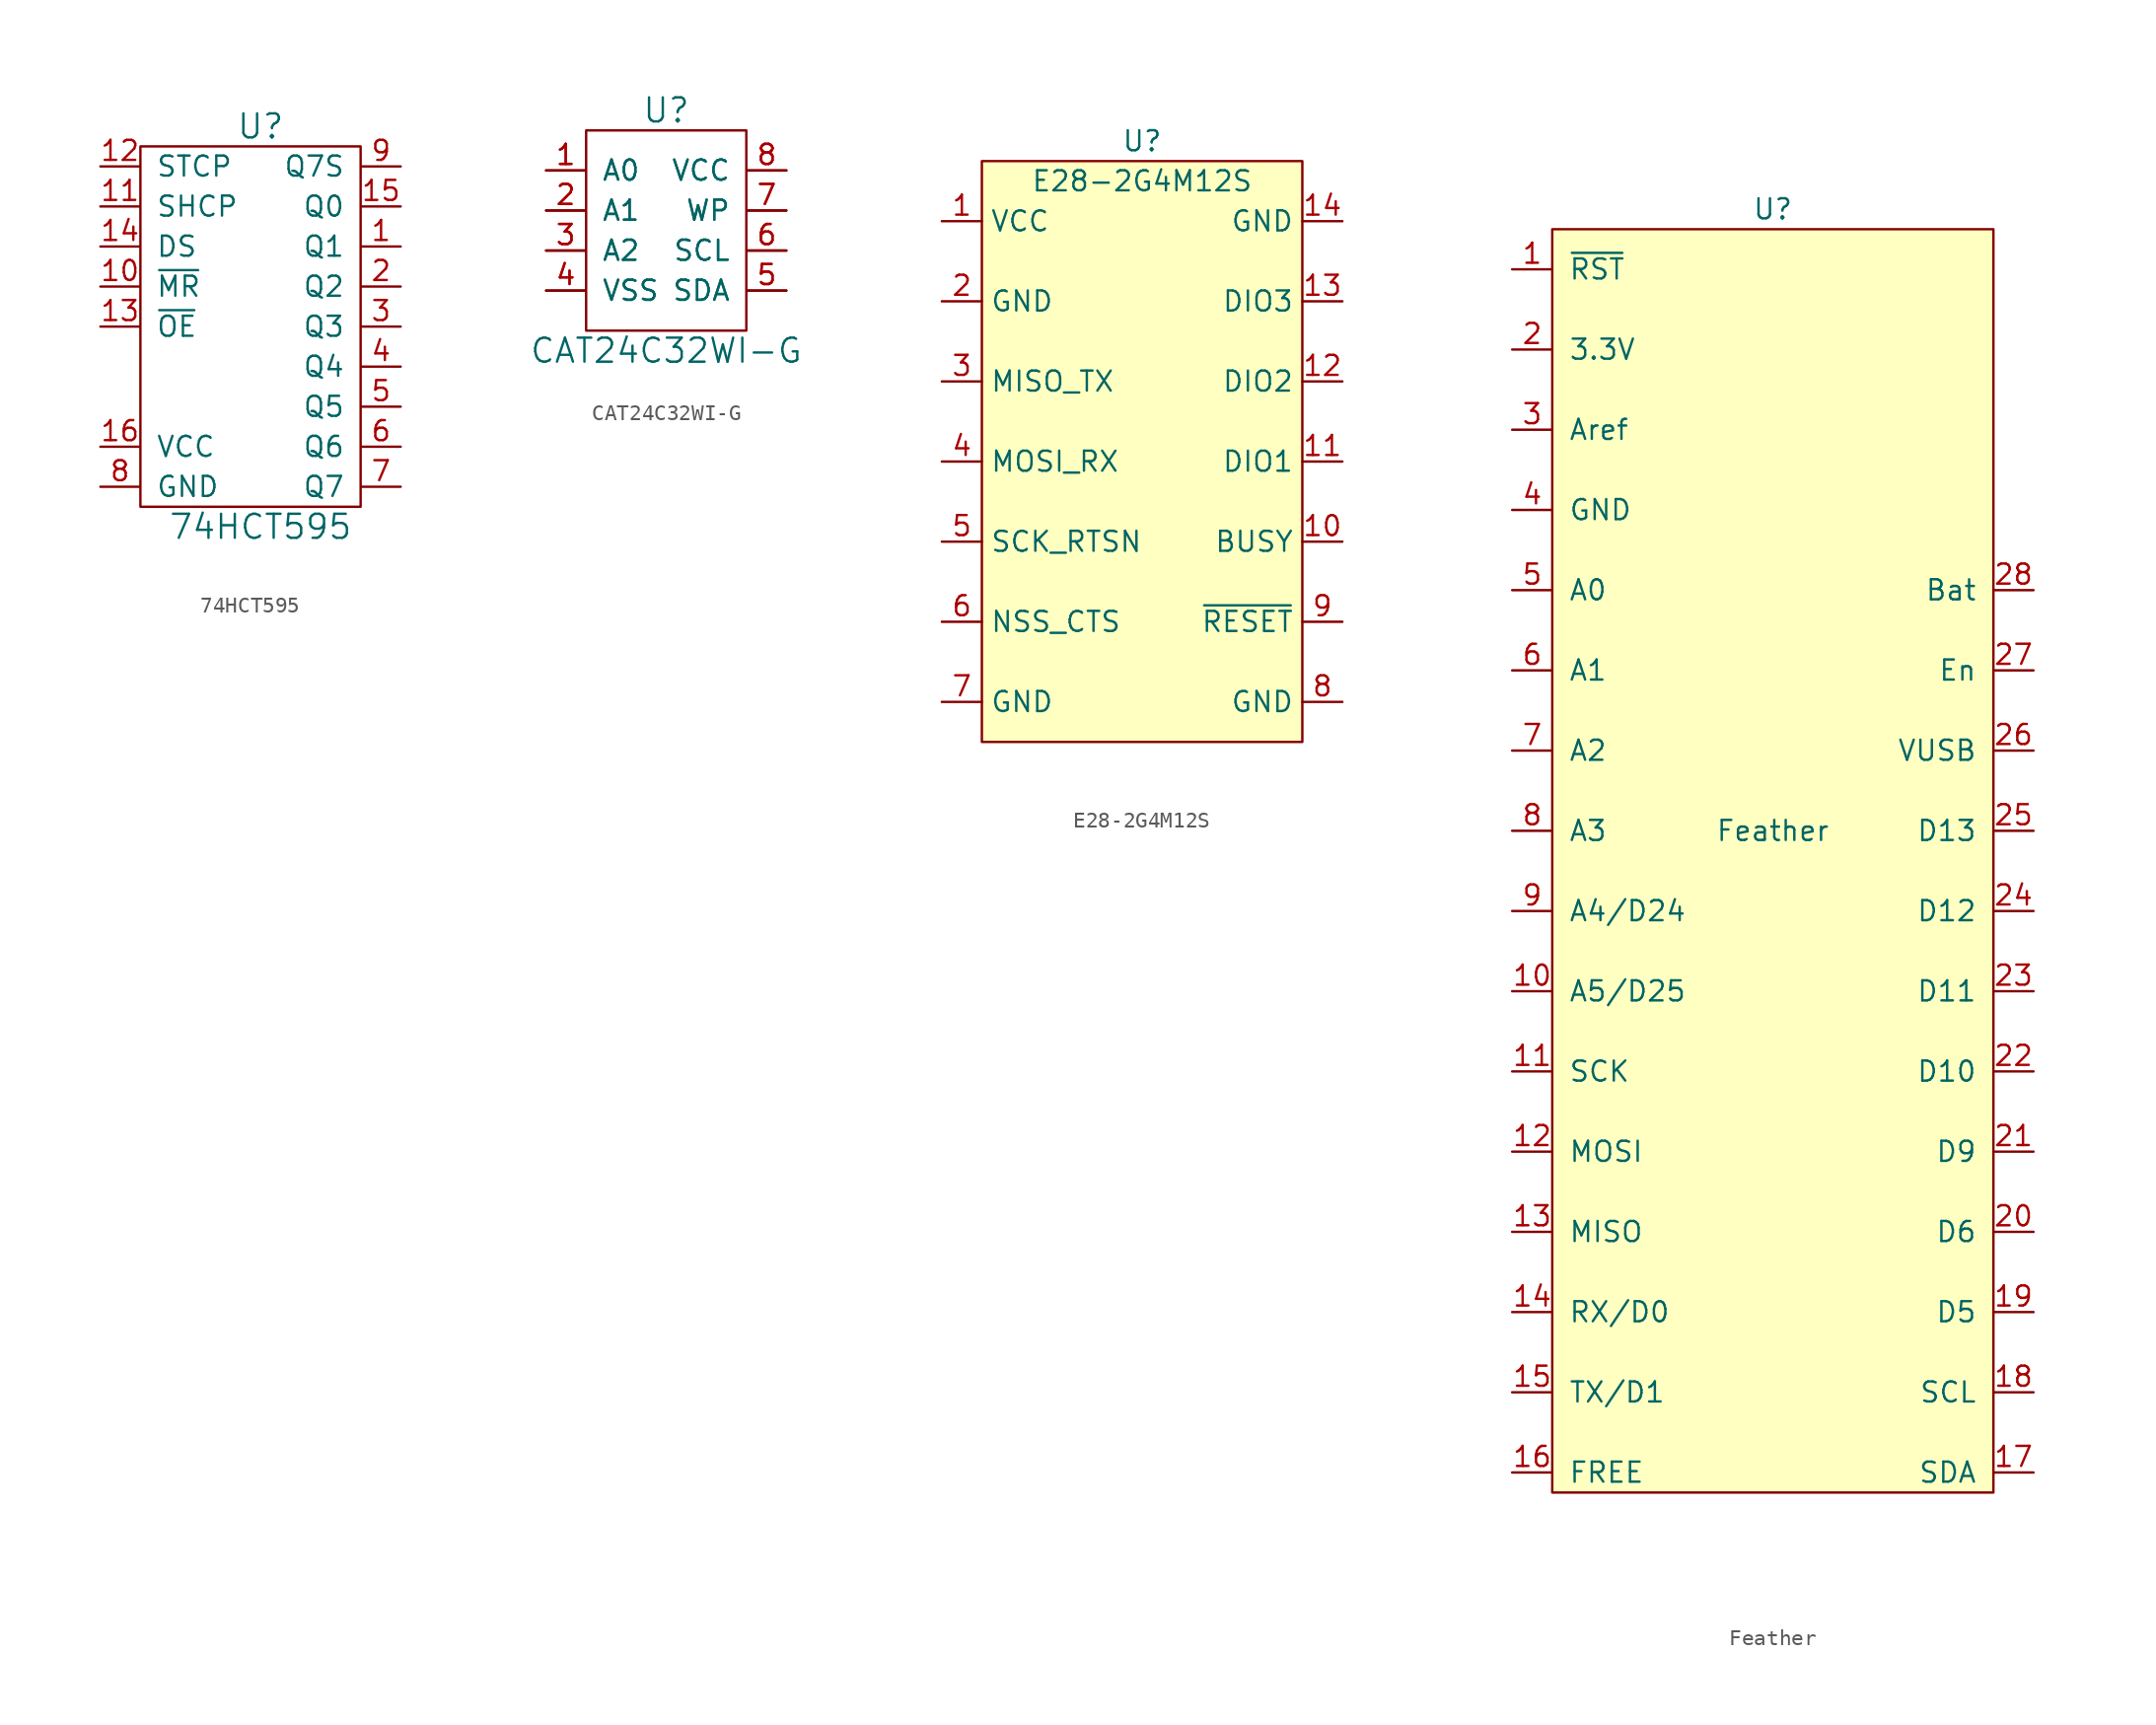
<source format=kicad_sym>
(kicad_symbol_lib
  (version 20211014)
  (generator kicad_symbol_editor)
  (symbol "74HCT595"
    (pin_names
      (offset 1.016))
    (property "Reference" "U"
      (at 1.27 13.97 0)
      (effects (font (size 1.524 1.524))))
    (property "Value" "74HCT595"
      (at 1.27 -11.43 0)
      (effects (font (size 1.524 1.524))))
    (symbol "74HCT595_0_1"
      (rectangle (start -6.35 12.7) (end 7.62 -10.16) (stroke (width 0) (type default) (color 0 0 0 0)) (fill (type none))))
    (symbol "74HCT595_1_1"
      (pin input line (at 10.16 6.35 180) (length 2.489) (name "Q1" (effects (font (size 1.27 1.27)))) (number "1" (effects (font (size 1.27 1.27)))))
      (pin input line (at -8.89 3.81 0) (length 2.489) (name "~{MR}" (effects (font (size 1.27 1.27)))) (number "10" (effects (font (size 1.27 1.27)))))
      (pin input line (at -8.89 8.89 0) (length 2.489) (name "SHCP" (effects (font (size 1.27 1.27)))) (number "11" (effects (font (size 1.27 1.27)))))
      (pin input line (at -8.89 11.43 0) (length 2.489) (name "STCP" (effects (font (size 1.27 1.27)))) (number "12" (effects (font (size 1.27 1.27)))))
      (pin input line (at -8.89 1.27 0) (length 2.489) (name "~{OE}" (effects (font (size 1.27 1.27)))) (number "13" (effects (font (size 1.27 1.27)))))
      (pin input line (at -8.89 6.35 0) (length 2.489) (name "DS" (effects (font (size 1.27 1.27)))) (number "14" (effects (font (size 1.27 1.27)))))
      (pin input line (at 10.16 8.89 180) (length 2.489) (name "Q0" (effects (font (size 1.27 1.27)))) (number "15" (effects (font (size 1.27 1.27)))))
      (pin input line (at -8.89 -6.35 0) (length 2.489) (name "VCC" (effects (font (size 1.27 1.27)))) (number "16" (effects (font (size 1.27 1.27)))))
      (pin input line (at 10.16 3.81 180) (length 2.489) (name "Q2" (effects (font (size 1.27 1.27)))) (number "2" (effects (font (size 1.27 1.27)))))
      (pin input line (at 10.16 1.27 180) (length 2.489) (name "Q3" (effects (font (size 1.27 1.27)))) (number "3" (effects (font (size 1.27 1.27)))))
      (pin input line (at 10.16 -1.27 180) (length 2.489) (name "Q4" (effects (font (size 1.27 1.27)))) (number "4" (effects (font (size 1.27 1.27)))))
      (pin input line (at 10.16 -3.81 180) (length 2.489) (name "Q5" (effects (font (size 1.27 1.27)))) (number "5" (effects (font (size 1.27 1.27)))))
      (pin input line (at 10.16 -6.35 180) (length 2.489) (name "Q6" (effects (font (size 1.27 1.27)))) (number "6" (effects (font (size 1.27 1.27)))))
      (pin input line (at 10.16 -8.89 180) (length 2.489) (name "Q7" (effects (font (size 1.27 1.27)))) (number "7" (effects (font (size 1.27 1.27)))))
      (pin input line (at -8.89 -8.89 0) (length 2.489) (name "GND" (effects (font (size 1.27 1.27)))) (number "8" (effects (font (size 1.27 1.27)))))
      (pin input line (at 10.16 11.43 180) (length 2.489) (name "Q7S" (effects (font (size 1.27 1.27)))) (number "9" (effects (font (size 1.27 1.27)))))))
  (symbol "CAT24C32WI-G"
    (pin_names
      (offset 1.016))
    (property "Reference" "U"
      (at 0 7.62 0)
      (effects (font (size 1.524 1.524))))
    (property "Value" "CAT24C32WI-G"
      (at 0 -7.62 0)
      (effects (font (size 1.524 1.524))))
    (symbol "CAT24C32WI-G_0_1"
      (rectangle (start -5.08 6.35) (end 5.08 -6.35) (stroke (width 0) (type default) (color 0 0 0 0)) (fill (type none))))
    (symbol "CAT24C32WI-G_1_1"
      (pin input line (at -7.62 3.81 0) (length 2.489) (name "A0" (effects (font (size 1.27 1.27)))) (number "1" (effects (font (size 1.27 1.27)))))
      (pin input line (at -7.62 3.81 0) (length 2.489) (name "A0" (effects (font (size 1.27 1.27)))) (number "1" (effects (font (size 1.27 1.27)))))
      (pin input line (at -7.62 1.27 0) (length 2.489) (name "A1" (effects (font (size 1.27 1.27)))) (number "2" (effects (font (size 1.27 1.27)))))
      (pin input line (at -7.62 1.27 0) (length 2.489) (name "A1" (effects (font (size 1.27 1.27)))) (number "2" (effects (font (size 1.27 1.27)))))
      (pin input line (at -7.62 -1.27 0) (length 2.489) (name "A2" (effects (font (size 1.27 1.27)))) (number "3" (effects (font (size 1.27 1.27)))))
      (pin input line (at -7.62 -1.27 0) (length 2.489) (name "A2" (effects (font (size 1.27 1.27)))) (number "3" (effects (font (size 1.27 1.27)))))
      (pin input line (at -7.62 -3.81 0) (length 2.489) (name "VSS" (effects (font (size 1.27 1.27)))) (number "4" (effects (font (size 1.27 1.27)))))
      (pin input line (at -7.62 -3.81 0) (length 2.489) (name "VSS" (effects (font (size 1.27 1.27)))) (number "4" (effects (font (size 1.27 1.27)))))
      (pin input line (at 7.62 -3.81 180) (length 2.489) (name "SDA" (effects (font (size 1.27 1.27)))) (number "5" (effects (font (size 1.27 1.27)))))
      (pin input line (at 7.62 -3.81 180) (length 2.489) (name "SDA" (effects (font (size 1.27 1.27)))) (number "5" (effects (font (size 1.27 1.27)))))
      (pin input line (at 7.62 -1.27 180) (length 2.489) (name "SCL" (effects (font (size 1.27 1.27)))) (number "6" (effects (font (size 1.27 1.27)))))
      (pin input line (at 7.62 -1.27 180) (length 2.489) (name "SCL" (effects (font (size 1.27 1.27)))) (number "6" (effects (font (size 1.27 1.27)))))
      (pin input line (at 7.62 1.27 180) (length 2.489) (name "WP" (effects (font (size 1.27 1.27)))) (number "7" (effects (font (size 1.27 1.27)))))
      (pin input line (at 7.62 1.27 180) (length 2.489) (name "WP" (effects (font (size 1.27 1.27)))) (number "7" (effects (font (size 1.27 1.27)))))
      (pin input line (at 7.62 3.81 180) (length 2.489) (name "VCC" (effects (font (size 1.27 1.27)))) (number "8" (effects (font (size 1.27 1.27)))))
      (pin input line (at 7.62 3.81 180) (length 2.489) (name "VCC" (effects (font (size 1.27 1.27)))) (number "8" (effects (font (size 1.27 1.27)))))))
  (symbol "E28-2G4M12S"
    (property "Reference" "U"
      (at 0 1.27 0)
      (effects (font (size 1.27 1.27))))
    (property "Value" "E28-2G4M12S"
      (at 0 -1.27 0)
      (effects (font (size 1.27 1.27))))
    (symbol "E28-2G4M12S_0_1"
      (rectangle (start -10.16 0) (end 10.16 -36.83) (stroke (width 0.152) (type default) (color 0 0 0 0)) (fill (type background))))
    (symbol "E28-2G4M12S_1_1"
      (pin power_in line (at -12.7 -3.81 0) (length 2.54) (name "VCC" (effects (font (size 1.27 1.27)))) (number "1" (effects (font (size 1.27 1.27)))))
      (pin output line (at 12.7 -24.13 180) (length 2.54) (name "BUSY" (effects (font (size 1.27 1.27)))) (number "10" (effects (font (size 1.27 1.27)))))
      (pin bidirectional line (at 12.7 -19.05 180) (length 2.54) (name "DIO1" (effects (font (size 1.27 1.27)))) (number "11" (effects (font (size 1.27 1.27)))))
      (pin bidirectional line (at 12.7 -13.97 180) (length 2.54) (name "DIO2" (effects (font (size 1.27 1.27)))) (number "12" (effects (font (size 1.27 1.27)))))
      (pin bidirectional line (at 12.7 -8.89 180) (length 2.54) (name "DIO3" (effects (font (size 1.27 1.27)))) (number "13" (effects (font (size 1.27 1.27)))))
      (pin power_out line (at 12.7 -3.81 180) (length 2.54) (name "GND" (effects (font (size 1.27 1.27)))) (number "14" (effects (font (size 1.27 1.27)))))
      (pin power_out line (at -12.7 -8.89 0) (length 2.54) (name "GND" (effects (font (size 1.27 1.27)))) (number "2" (effects (font (size 1.27 1.27)))))
      (pin output line (at -12.7 -13.97 0) (length 2.54) (name "MISO_TX" (effects (font (size 1.27 1.27)))) (number "3" (effects (font (size 1.27 1.27)))))
      (pin input line (at -12.7 -19.05 0) (length 2.54) (name "MOSI_RX" (effects (font (size 1.27 1.27)))) (number "4" (effects (font (size 1.27 1.27)))))
      (pin input line (at -12.7 -24.13 0) (length 2.54) (name "SCK_RTSN" (effects (font (size 1.27 1.27)))) (number "5" (effects (font (size 1.27 1.27)))))
      (pin input line (at -12.7 -29.21 0) (length 2.54) (name "NSS_CTS" (effects (font (size 1.27 1.27)))) (number "6" (effects (font (size 1.27 1.27)))))
      (pin power_out line (at -12.7 -34.29 0) (length 2.54) (name "GND" (effects (font (size 1.27 1.27)))) (number "7" (effects (font (size 1.27 1.27)))))
      (pin power_out line (at 12.7 -34.29 180) (length 2.54) (name "GND" (effects (font (size 1.27 1.27)))) (number "8" (effects (font (size 1.27 1.27)))))
      (pin input line (at 12.7 -29.21 180) (length 2.54) (name "~{RESET}" (effects (font (size 1.27 1.27)))) (number "9" (effects (font (size 1.27 1.27)))))))
  (symbol "Feather"
    (pin_names
      (offset 1.016))
    (property "Reference" "U"
      (at 0 39.37 0)
      (effects (font (size 1.27 1.27))))
    (property "Value" "Feather"
      (at 0 0 0)
      (effects (font (size 1.27 1.27))))
    (symbol "Feather_0_1"
      (rectangle (start -13.97 38.1) (end 13.97 -41.91) (stroke (width 0) (type default) (color 0 0 0 0)) (fill (type background))))
    (symbol "Feather_1_1"
      (pin input line (at -16.51 35.56 0) (length 2.54) (name "~{RST}" (effects (font (size 1.27 1.27)))) (number "1" (effects (font (size 1.27 1.27)))))
      (pin input line (at -16.51 -10.16 0) (length 2.54) (name "A5/D25" (effects (font (size 1.27 1.27)))) (number "10" (effects (font (size 1.27 1.27)))))
      (pin input line (at -16.51 -15.24 0) (length 2.54) (name "SCK" (effects (font (size 1.27 1.27)))) (number "11" (effects (font (size 1.27 1.27)))))
      (pin input line (at -16.51 -20.32 0) (length 2.54) (name "MOSI" (effects (font (size 1.27 1.27)))) (number "12" (effects (font (size 1.27 1.27)))))
      (pin input line (at -16.51 -25.4 0) (length 2.54) (name "MISO" (effects (font (size 1.27 1.27)))) (number "13" (effects (font (size 1.27 1.27)))))
      (pin input line (at -16.51 -30.48 0) (length 2.54) (name "RX/D0" (effects (font (size 1.27 1.27)))) (number "14" (effects (font (size 1.27 1.27)))))
      (pin input line (at -16.51 -35.56 0) (length 2.54) (name "TX/D1" (effects (font (size 1.27 1.27)))) (number "15" (effects (font (size 1.27 1.27)))))
      (pin input line (at -16.51 -40.64 0) (length 2.54) (name "FREE" (effects (font (size 1.27 1.27)))) (number "16" (effects (font (size 1.27 1.27)))))
      (pin input line (at 16.51 -40.64 180) (length 2.54) (name "SDA" (effects (font (size 1.27 1.27)))) (number "17" (effects (font (size 1.27 1.27)))))
      (pin input line (at 16.51 -35.56 180) (length 2.54) (name "SCL" (effects (font (size 1.27 1.27)))) (number "18" (effects (font (size 1.27 1.27)))))
      (pin input line (at 16.51 -30.48 180) (length 2.54) (name "D5" (effects (font (size 1.27 1.27)))) (number "19" (effects (font (size 1.27 1.27)))))
      (pin input line (at -16.51 30.48 0) (length 2.54) (name "3.3V" (effects (font (size 1.27 1.27)))) (number "2" (effects (font (size 1.27 1.27)))))
      (pin input line (at 16.51 -25.4 180) (length 2.54) (name "D6" (effects (font (size 1.27 1.27)))) (number "20" (effects (font (size 1.27 1.27)))))
      (pin input line (at 16.51 -20.32 180) (length 2.54) (name "D9" (effects (font (size 1.27 1.27)))) (number "21" (effects (font (size 1.27 1.27)))))
      (pin input line (at 16.51 -15.24 180) (length 2.54) (name "D10" (effects (font (size 1.27 1.27)))) (number "22" (effects (font (size 1.27 1.27)))))
      (pin input line (at 16.51 -10.16 180) (length 2.54) (name "D11" (effects (font (size 1.27 1.27)))) (number "23" (effects (font (size 1.27 1.27)))))
      (pin input line (at 16.51 -5.08 180) (length 2.54) (name "D12" (effects (font (size 1.27 1.27)))) (number "24" (effects (font (size 1.27 1.27)))))
      (pin input line (at 16.51 0 180) (length 2.54) (name "D13" (effects (font (size 1.27 1.27)))) (number "25" (effects (font (size 1.27 1.27)))))
      (pin input line (at 16.51 5.08 180) (length 2.54) (name "VUSB" (effects (font (size 1.27 1.27)))) (number "26" (effects (font (size 1.27 1.27)))))
      (pin input line (at 16.51 10.16 180) (length 2.54) (name "En" (effects (font (size 1.27 1.27)))) (number "27" (effects (font (size 1.27 1.27)))))
      (pin input line (at 16.51 15.24 180) (length 2.54) (name "Bat" (effects (font (size 1.27 1.27)))) (number "28" (effects (font (size 1.27 1.27)))))
      (pin input line (at -16.51 25.4 0) (length 2.54) (name "Aref" (effects (font (size 1.27 1.27)))) (number "3" (effects (font (size 1.27 1.27)))))
      (pin input line (at -16.51 20.32 0) (length 2.54) (name "GND" (effects (font (size 1.27 1.27)))) (number "4" (effects (font (size 1.27 1.27)))))
      (pin input line (at -16.51 15.24 0) (length 2.54) (name "A0" (effects (font (size 1.27 1.27)))) (number "5" (effects (font (size 1.27 1.27)))))
      (pin input line (at -16.51 10.16 0) (length 2.54) (name "A1" (effects (font (size 1.27 1.27)))) (number "6" (effects (font (size 1.27 1.27)))))
      (pin input line (at -16.51 5.08 0) (length 2.54) (name "A2" (effects (font (size 1.27 1.27)))) (number "7" (effects (font (size 1.27 1.27)))))
      (pin input line (at -16.51 0 0) (length 2.54) (name "A3" (effects (font (size 1.27 1.27)))) (number "8" (effects (font (size 1.27 1.27)))))
      (pin input line (at -16.51 -5.08 0) (length 2.54) (name "A4/D24" (effects (font (size 1.27 1.27)))) (number "9" (effects (font (size 1.27 1.27))))))))
</source>
